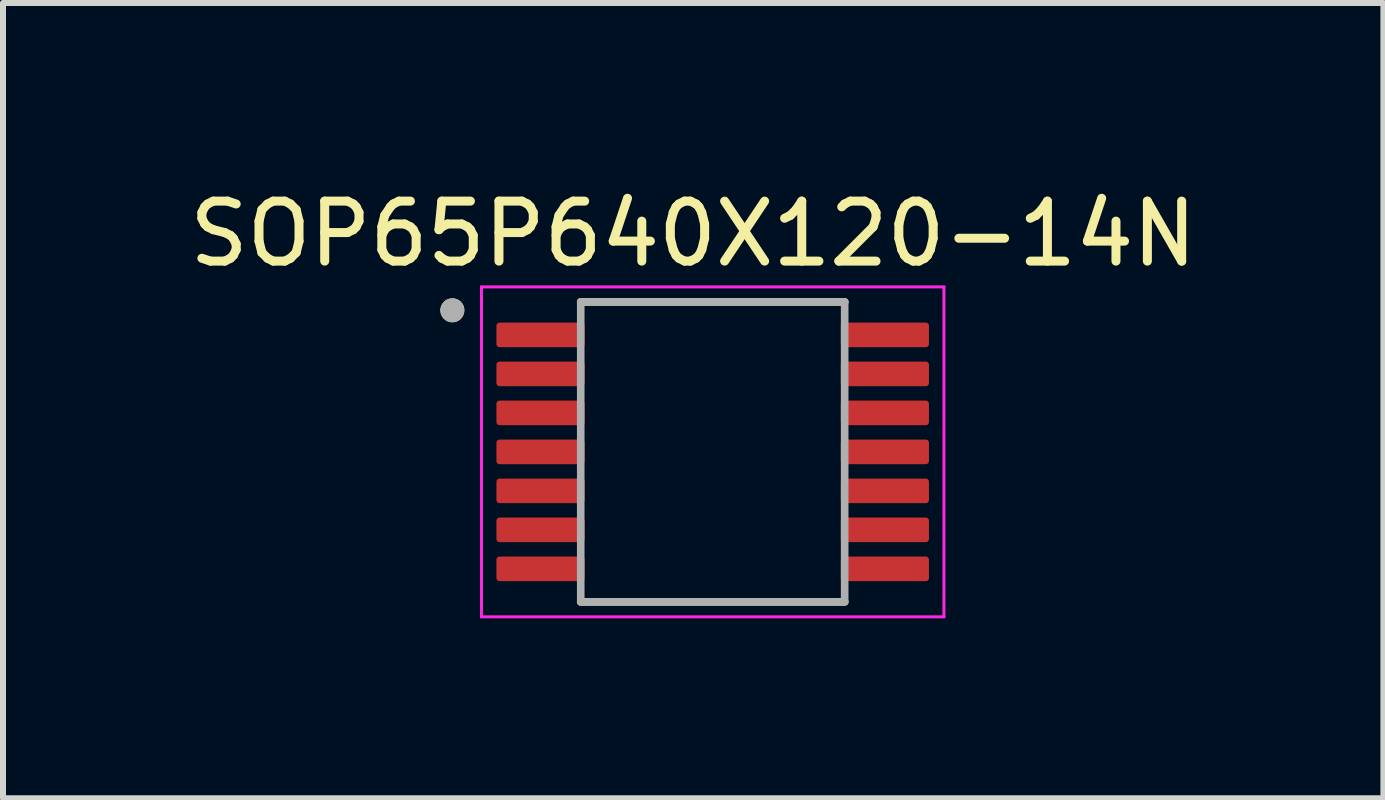
<source format=kicad_pcb>
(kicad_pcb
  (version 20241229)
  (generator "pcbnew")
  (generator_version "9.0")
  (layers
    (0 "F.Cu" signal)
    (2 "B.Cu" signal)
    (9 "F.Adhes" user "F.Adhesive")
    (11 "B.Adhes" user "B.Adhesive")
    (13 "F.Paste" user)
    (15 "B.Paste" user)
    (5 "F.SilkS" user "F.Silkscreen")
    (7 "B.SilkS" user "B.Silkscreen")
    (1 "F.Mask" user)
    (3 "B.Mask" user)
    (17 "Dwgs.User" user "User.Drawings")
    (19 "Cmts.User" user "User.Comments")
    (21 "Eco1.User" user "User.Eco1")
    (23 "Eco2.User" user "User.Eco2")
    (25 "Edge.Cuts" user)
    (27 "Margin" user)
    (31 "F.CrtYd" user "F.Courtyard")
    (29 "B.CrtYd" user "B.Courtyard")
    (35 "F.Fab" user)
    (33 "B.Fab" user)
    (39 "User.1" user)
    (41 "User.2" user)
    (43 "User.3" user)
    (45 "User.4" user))
  (footprint "SOP65P640X120-14N"
    (layer "F.Cu")
    (at 8.831 4.483)
    (property "Reference" "SOP65P640X120-14N" (at -0.325 -3.635 0) (layer "F.SilkS") (effects (font (size 1 1) (thickness 0.15))))
    (attr smd)
    (fp_line (start -2.2 -2.5) (end 2.2 -2.5) (stroke (width 0.127) (type solid)) (layer "F.SilkS"))
    (fp_line (start -2.2 2.5) (end 2.2 2.5) (stroke (width 0.127) (type solid)) (layer "F.SilkS"))
    (fp_circle (center -4.34 -2.36) (end -4.24 -2.36) (stroke (width 0.2) (type solid)) (fill no) (layer "F.SilkS"))
    (fp_line (start -3.855 -2.75) (end -3.855 2.75) (stroke (width 0.05) (type solid)) (layer "F.CrtYd"))
    (fp_line (start -3.855 -2.75) (end 3.855 -2.75) (stroke (width 0.05) (type solid)) (layer "F.CrtYd"))
    (fp_line (start -3.855 2.75) (end 3.855 2.75) (stroke (width 0.05) (type solid)) (layer "F.CrtYd"))
    (fp_line (start 3.855 -2.75) (end 3.855 2.75) (stroke (width 0.05) (type solid)) (layer "F.CrtYd"))
    (fp_line (start -2.2 -2.5) (end -2.2 2.5) (stroke (width 0.127) (type solid)) (layer "F.Fab"))
    (fp_line (start -2.2 -2.5) (end 2.2 -2.5) (stroke (width 0.127) (type solid)) (layer "F.Fab"))
    (fp_line (start -2.2 2.5) (end 2.2 2.5) (stroke (width 0.127) (type solid)) (layer "F.Fab"))
    (fp_line (start 2.2 -2.5) (end 2.2 2.5) (stroke (width 0.127) (type solid)) (layer "F.Fab"))
    (fp_circle (center -4.34 -2.36) (end -4.24 -2.36) (stroke (width 0.2) (type solid)) (fill no) (layer "F.Fab"))
    (pad "1" smd roundrect (at -2.87 -1.95) (size 1.47 0.41) (layers "F.Cu" "F.Mask" "F.Paste") (roundrect_rratio 0.125))
    (pad "2" smd roundrect (at -2.87 -1.3) (size 1.47 0.41) (layers "F.Cu" "F.Mask" "F.Paste") (roundrect_rratio 0.125))
    (pad "3" smd roundrect (at -2.87 -0.65) (size 1.47 0.41) (layers "F.Cu" "F.Mask" "F.Paste") (roundrect_rratio 0.125))
    (pad "4" smd roundrect (at -2.87 0) (size 1.47 0.41) (layers "F.Cu" "F.Mask" "F.Paste") (roundrect_rratio 0.125))
    (pad "5" smd roundrect (at -2.87 0.65) (size 1.47 0.41) (layers "F.Cu" "F.Mask" "F.Paste") (roundrect_rratio 0.125))
    (pad "6" smd roundrect (at -2.87 1.3) (size 1.47 0.41) (layers "F.Cu" "F.Mask" "F.Paste") (roundrect_rratio 0.125))
    (pad "7" smd roundrect (at -2.87 1.95) (size 1.47 0.41) (layers "F.Cu" "F.Mask" "F.Paste") (roundrect_rratio 0.125))
    (pad "8" smd roundrect (at 2.87 1.95) (size 1.47 0.41) (layers "F.Cu" "F.Mask" "F.Paste") (roundrect_rratio 0.125))
    (pad "9" smd roundrect (at 2.87 1.3) (size 1.47 0.41) (layers "F.Cu" "F.Mask" "F.Paste") (roundrect_rratio 0.125))
    (pad "10" smd roundrect (at 2.87 0.65) (size 1.47 0.41) (layers "F.Cu" "F.Mask" "F.Paste") (roundrect_rratio 0.125))
    (pad "11" smd roundrect (at 2.87 0) (size 1.47 0.41) (layers "F.Cu" "F.Mask" "F.Paste") (roundrect_rratio 0.125))
    (pad "12" smd roundrect (at 2.87 -0.65) (size 1.47 0.41) (layers "F.Cu" "F.Mask" "F.Paste") (roundrect_rratio 0.125))
    (pad "13" smd roundrect (at 2.87 -1.3) (size 1.47 0.41) (layers "F.Cu" "F.Mask" "F.Paste") (roundrect_rratio 0.125))
    (pad "14" smd roundrect (at 2.87 -1.95) (size 1.47 0.41) (layers "F.Cu" "F.Mask" "F.Paste") (roundrect_rratio 0.125)))
  (gr_rect
    (start -3 -3)
    (end 20.012 10.258)
    (stroke (width 0.1) (type default))
    (fill no)
    (layer "Edge.Cuts")))
</source>
